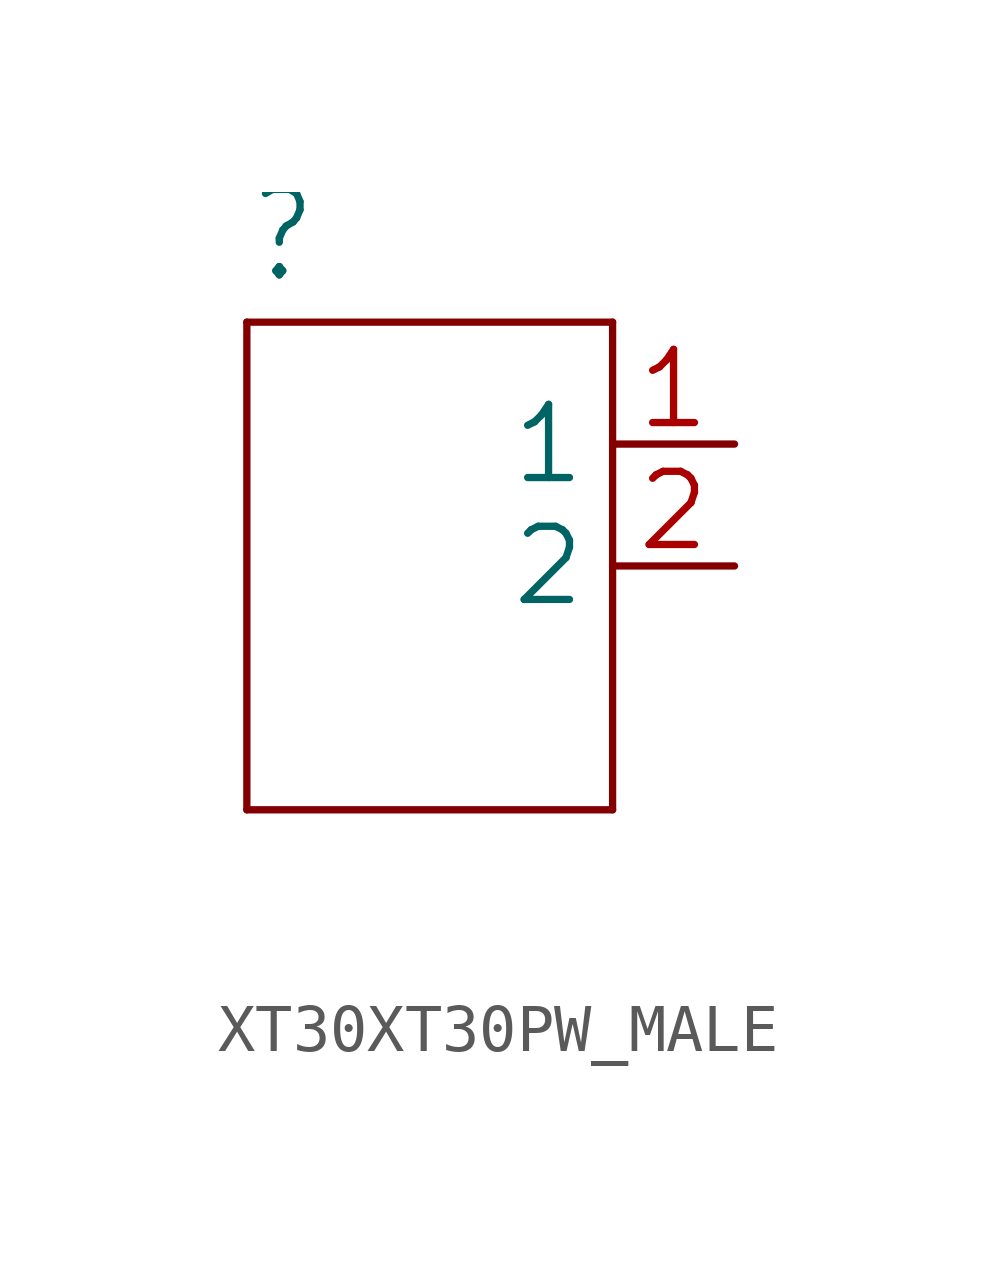
<source format=kicad_sym>
(kicad_symbol_lib
  (version 20241209)
  (generator "kicad_symbol_editor")
  (generator_version "9.0")
  (symbol "XT30XT30PW_MALE"
    (property "Reference" ""
      (at -5.08 5.842 0)
      (effects (font (size 1.778 1.511)) (justify left bottom)))
    (property "Value" ""
      (at -5.08 -7.366 0)
      (effects (font (size 1.778 1.511)) (justify left bottom)))
    (property "ki_locked" ""
      (at 0 0 0)
      (effects (font (size 1.27 1.27))))
    (symbol "XT30XT30PW_MALE_1_0"
      (polyline (pts (xy -5.08 5.08) (xy -5.08 -5.08)) (stroke (width 0.152) (type solid)) (fill (type none)))
      (polyline (pts (xy -5.08 -5.08) (xy 2.54 -5.08)) (stroke (width 0.152) (type solid)) (fill (type none)))
      (polyline (pts (xy 2.54 5.08) (xy -5.08 5.08)) (stroke (width 0.152) (type solid)) (fill (type none)))
      (polyline (pts (xy 2.54 -5.08) (xy 2.54 5.08)) (stroke (width 0.152) (type solid)) (fill (type none)))
      (pin passive line (at 5.08 2.54 180) (length 2.54) (name "1" (effects (font (size 1.524 1.524)))) (number "1" (effects (font (size 1.524 1.524)))))
      (pin passive line (at 5.08 0 180) (length 2.54) (name "2" (effects (font (size 1.524 1.524)))) (number "2" (effects (font (size 1.524 1.524))))))))
</source>
